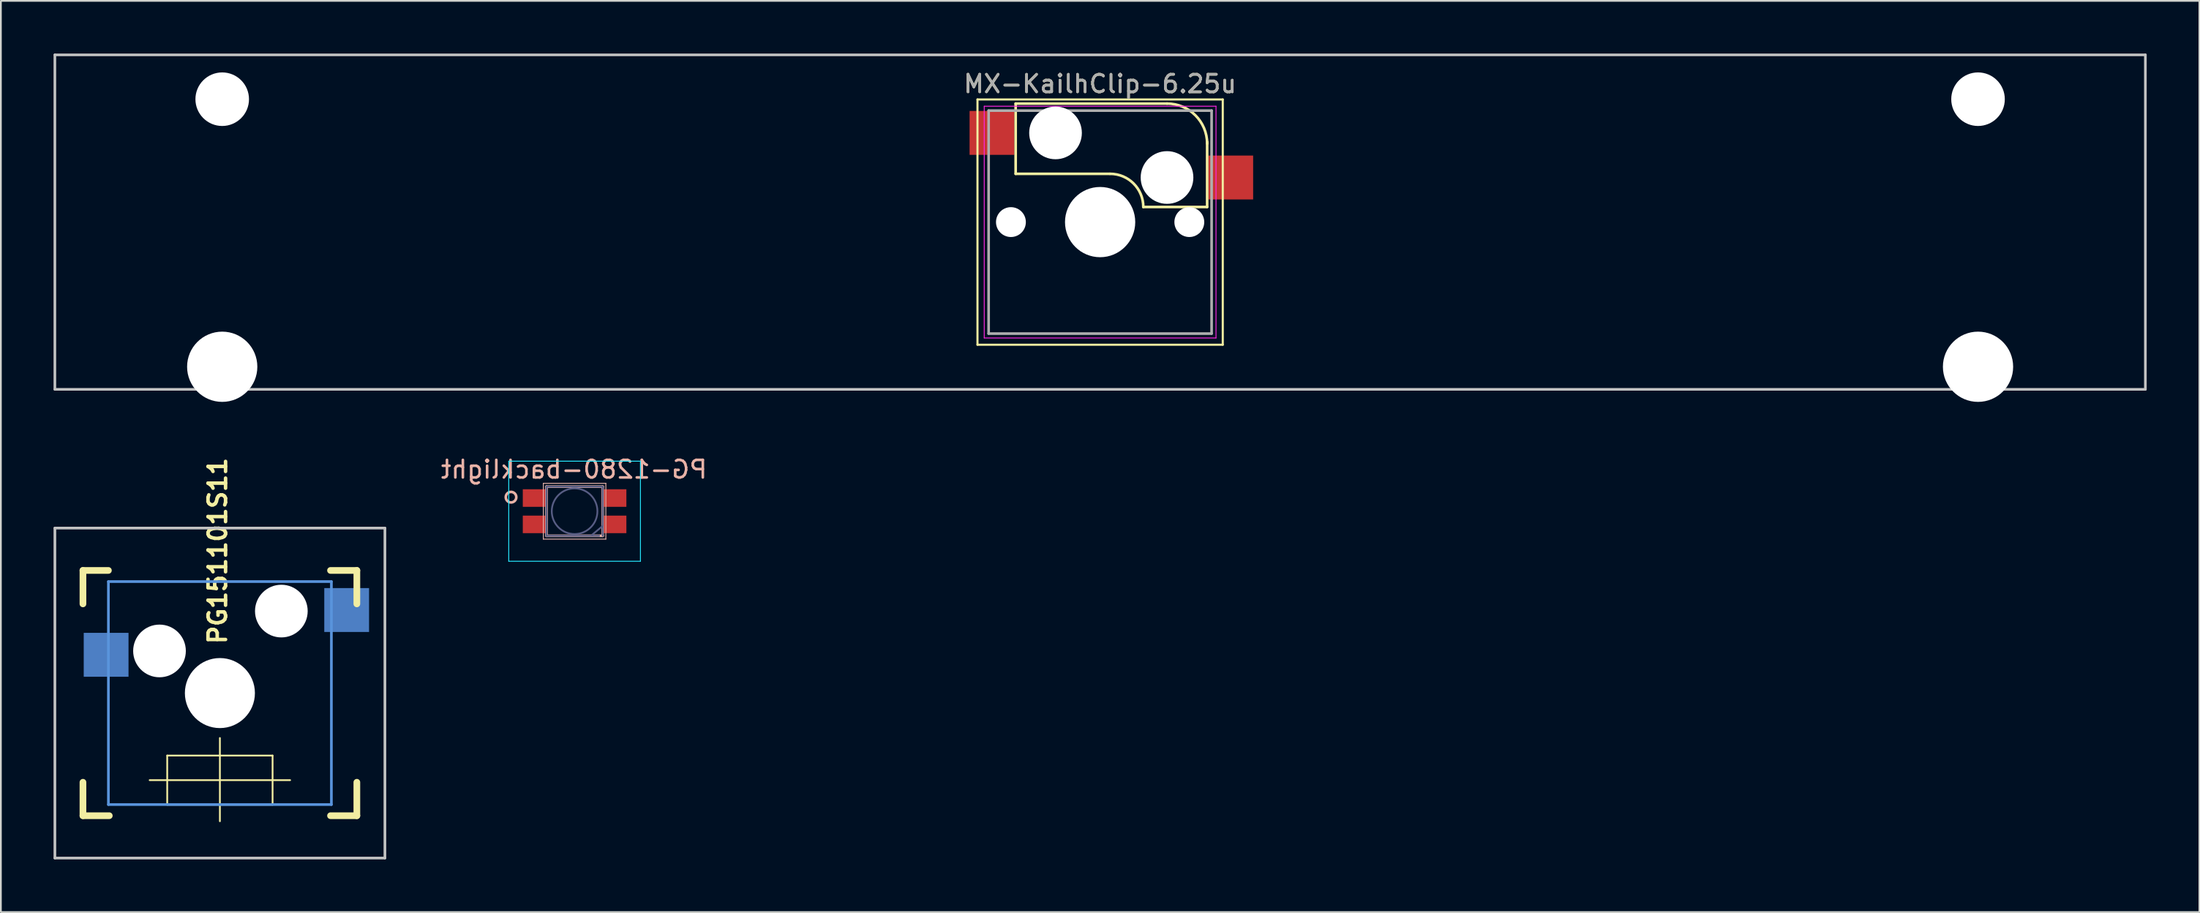
<source format=kicad_pcb>
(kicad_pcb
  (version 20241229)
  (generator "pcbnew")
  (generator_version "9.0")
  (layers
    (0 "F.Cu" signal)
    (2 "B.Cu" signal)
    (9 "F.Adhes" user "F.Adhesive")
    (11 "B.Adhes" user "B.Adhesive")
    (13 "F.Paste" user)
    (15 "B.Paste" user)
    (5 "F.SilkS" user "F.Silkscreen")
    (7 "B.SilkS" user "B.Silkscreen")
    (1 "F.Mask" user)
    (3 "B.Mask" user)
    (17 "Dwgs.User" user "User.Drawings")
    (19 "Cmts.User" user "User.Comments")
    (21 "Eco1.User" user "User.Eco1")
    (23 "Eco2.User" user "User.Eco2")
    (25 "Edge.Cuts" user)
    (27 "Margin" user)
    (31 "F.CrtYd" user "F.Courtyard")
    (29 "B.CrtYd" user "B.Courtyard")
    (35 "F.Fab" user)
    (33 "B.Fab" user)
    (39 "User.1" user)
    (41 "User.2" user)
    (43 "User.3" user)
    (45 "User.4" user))
  (footprint "PG151101S11"
    (layer "F.Cu")
    (at 9.474 36.426)
    (property "Reference" "PG151101S11" (at -0.13 -8.1 270) (layer "F.SilkS") (effects (font (size 1 1) (thickness 0.2))))
    (attr through_hole)
    (fp_line (start -7.8 -6.985) (end -6.35 -6.985) (stroke (width 0.381) (type solid)) (layer "F.SilkS"))
    (fp_line (start -7.8 -5.08) (end -7.8 -6.985) (stroke (width 0.381) (type solid)) (layer "F.SilkS"))
    (fp_line (start -7.8 6.985) (end -7.8 5.08) (stroke (width 0.381) (type solid)) (layer "F.SilkS"))
    (fp_line (start -6.3 6.985) (end -7.8 6.985) (stroke (width 0.381) (type solid)) (layer "F.SilkS"))
    (fp_line (start -4 4.96) (end 4 4.96) (stroke (width 0.1) (type solid)) (layer "F.SilkS"))
    (fp_line (start -3 3.56) (end -3 6.36) (stroke (width 0.1) (type solid)) (layer "F.SilkS"))
    (fp_line (start -3 3.56) (end 3 3.56) (stroke (width 0.1) (type solid)) (layer "F.SilkS"))
    (fp_line (start 0 2.56) (end 0 7.3) (stroke (width 0.1) (type solid)) (layer "F.SilkS"))
    (fp_line (start 3 3.56) (end 3 6.36) (stroke (width 0.1) (type solid)) (layer "F.SilkS"))
    (fp_line (start 3 6.36) (end -3 6.36) (stroke (width 0.1) (type solid)) (layer "F.SilkS"))
    (fp_line (start 6.3 -6.985) (end 7.8 -6.985) (stroke (width 0.381) (type solid)) (layer "F.SilkS"))
    (fp_line (start 7.8 -6.985) (end 7.8 -5.08) (stroke (width 0.381) (type solid)) (layer "F.SilkS"))
    (fp_line (start 7.8 5.08) (end 7.8 6.985) (stroke (width 0.381) (type solid)) (layer "F.SilkS"))
    (fp_line (start 7.8 6.985) (end 6.3 6.985) (stroke (width 0.381) (type solid)) (layer "F.SilkS"))
    (fp_line (start -9.398 -9.398) (end 9.398 -9.398) (stroke (width 0.152) (type solid)) (layer "Dwgs.User"))
    (fp_line (start -9.398 9.398) (end -9.398 -9.398) (stroke (width 0.152) (type solid)) (layer "Dwgs.User"))
    (fp_line (start 9.398 -9.398) (end 9.398 9.398) (stroke (width 0.152) (type solid)) (layer "Dwgs.User"))
    (fp_line (start 9.398 9.398) (end -9.398 9.398) (stroke (width 0.152) (type solid)) (layer "Dwgs.User"))
    (fp_line (start -6.35 -6.35) (end 6.35 -6.35) (stroke (width 0.152) (type solid)) (layer "Cmts.User"))
    (fp_line (start -6.35 6.35) (end -6.35 -6.35) (stroke (width 0.152) (type solid)) (layer "Cmts.User"))
    (fp_line (start 6.35 -6.35) (end 6.35 6.35) (stroke (width 0.152) (type solid)) (layer "Cmts.User"))
    (fp_line (start 6.35 6.35) (end -6.35 6.35) (stroke (width 0.152) (type solid)) (layer "Cmts.User"))
    (fp_line (start -7.8 -6.985) (end 7.8 -6.985) (stroke (width 0.152) (type solid)) (layer "Eco2.User"))
    (fp_line (start -7.8 6.985) (end -7.8 -6.985) (stroke (width 0.152) (type solid)) (layer "Eco2.User"))
    (fp_line (start 7.8 -6.985) (end 7.8 6.985) (stroke (width 0.152) (type solid)) (layer "Eco2.User"))
    (fp_line (start 7.8 6.985) (end -7.8 6.985) (stroke (width 0.152) (type solid)) (layer "Eco2.User"))
    (pad "" np_thru_hole circle (at -3.44 -2.4) (size 3 3) (drill 3) (layers "*.Cu" "*.Mask"))
    (pad "" np_thru_hole circle (at 0 0) (size 3.988 3.988) (drill 3.988) (layers "*.Cu" "*.Mask"))
    (pad "" np_thru_hole circle (at 3.5 -4.67) (size 3 3) (drill 3) (layers "*.Cu" "*.Mask"))
    (pad "1" smd rect (at -6.48 -2.18) (size 2.55 2.5) (layers "B.Cu" "B.Mask" "B.Paste"))
    (pad "2" smd rect (at 7.22 -4.73) (size 2.55 2.5) (layers "B.Cu" "B.Mask" "B.Paste")))
  (footprint "PG-1280-backlight"
    (layer "F.Cu")
    (at 29.675 26.068)
    (property "Reference" "PG-1280-backlight" (at -0.03 -2.38 0) (layer "B.SilkS") (effects (font (size 1 1) (thickness 0.15)) (justify mirror)))
    (attr smd)
    (fp_line (start -1.78 -1.59) (end -1.78 1.59) (stroke (width 0.05) (type solid)) (layer "B.SilkS"))
    (fp_line (start -1.78 -1.59) (end 1.78 -1.59) (stroke (width 0.05) (type solid)) (layer "B.SilkS"))
    (fp_line (start -1.6 -1.4) (end 1.6 -1.4) (stroke (width 0.15) (type solid)) (layer "B.SilkS"))
    (fp_line (start -1.6 1.4) (end -1.6 -1.4) (stroke (width 0.15) (type solid)) (layer "B.SilkS"))
    (fp_line (start 1.6 -1.4) (end 1.6 1.4) (stroke (width 0.15) (type solid)) (layer "B.SilkS"))
    (fp_line (start 1.6 1.4) (end -1.6 1.4) (stroke (width 0.15) (type solid)) (layer "B.SilkS"))
    (fp_line (start 1.78 -1.59) (end 1.78 1.59) (stroke (width 0.05) (type solid)) (layer "B.SilkS"))
    (fp_line (start 1.78 1.59) (end -1.78 1.59) (stroke (width 0.05) (type solid)) (layer "B.SilkS"))
    (fp_circle (center -3.62 -0.8) (end -3.92 -0.8) (stroke (width 0.15) (type solid)) (fill no) (layer "B.SilkS"))
    (fp_line (start -3.75 -2.85) (end -3.75 2.85) (stroke (width 0.05) (type solid)) (layer "B.CrtYd"))
    (fp_line (start -3.75 2.85) (end 3.75 2.85) (stroke (width 0.05) (type solid)) (layer "B.CrtYd"))
    (fp_line (start 3.75 -2.85) (end -3.75 -2.85) (stroke (width 0.05) (type solid)) (layer "B.CrtYd"))
    (fp_line (start 3.75 2.85) (end 3.75 -2.85) (stroke (width 0.05) (type solid)) (layer "B.CrtYd"))
    (fp_line (start -1.6 -1.4) (end -1.6 1.4) (stroke (width 0.1) (type solid)) (layer "B.Fab"))
    (fp_line (start -1.6 1.4) (end 1.4 1.4) (stroke (width 0.1) (type solid)) (layer "B.Fab"))
    (fp_line (start 1 1.34) (end 1.6 0.84) (stroke (width 0.1) (type solid)) (layer "B.Fab"))
    (fp_line (start 1.6 -1.4) (end -1.6 -1.4) (stroke (width 0.1) (type solid)) (layer "B.Fab"))
    (fp_line (start 1.6 1.4) (end 1.6 -1.4) (stroke (width 0.1) (type solid)) (layer "B.Fab"))
    (fp_circle (center 0 0) (end 0 -1.3) (stroke (width 0.1) (type solid)) (fill no) (layer "B.Fab"))
    (pad "1" smd rect (at -2.3 -0.75) (size 1.3 1) (layers "F.Cu" "F.Mask" "F.Paste"))
    (pad "2" smd rect (at -2.3 0.75) (size 1.3 1) (layers "F.Cu" "F.Mask" "F.Paste"))
    (pad "3" smd rect (at 2.3 -0.75) (size 1.3 1) (layers "F.Cu" "F.Mask" "F.Paste"))
    (pad "4" smd rect (at 2.3 0.75) (size 1.3 1) (layers "F.Cu" "F.Mask" "F.Paste")))
  (footprint "MX-KailhClip-6.25u"
    (layer "F.Cu")
    (at 59.606 9.6)
    (property "Reference" "MX-KailhClip-6.25u" (at 0 -7.874 0) (layer "F.SilkS") (effects (font (size 1 1) (thickness 0.15))))
    (attr through_hole)
    (fp_line (start -6.985 -6.985) (end 6.985 -6.985) (stroke (width 0.12) (type solid)) (layer "F.SilkS"))
    (fp_line (start -6.985 6.985) (end -6.985 -6.985) (stroke (width 0.12) (type solid)) (layer "F.SilkS"))
    (fp_line (start -4.81 -6.75) (end -4.81 -2.75) (stroke (width 0.15) (type solid)) (layer "F.SilkS"))
    (fp_line (start -4.81 -6.75) (end 3.81 -6.75) (stroke (width 0.15) (type solid)) (layer "F.SilkS"))
    (fp_line (start -4.81 -2.75) (end 0.55 -2.75) (stroke (width 0.15) (type solid)) (layer "F.SilkS"))
    (fp_line (start 6.088 -0.86) (end 2.46 -0.86) (stroke (width 0.15) (type solid)) (layer "F.SilkS"))
    (fp_line (start 6.096 -4.572) (end 6.096 -0.86) (stroke (width 0.15) (type solid)) (layer "F.SilkS"))
    (fp_line (start 6.985 -6.985) (end 6.985 6.985) (stroke (width 0.12) (type solid)) (layer "F.SilkS"))
    (fp_line (start 6.985 6.985) (end -6.985 6.985) (stroke (width 0.12) (type solid)) (layer "F.SilkS"))
    (fp_arc (start 0.57 -2.75) (mid 1.906432 -2.196432) (end 2.46 -0.86) (stroke (width 0.15) (type solid)) (layer "F.SilkS"))
    (fp_arc (start 3.81 -6.751) (mid 5.426446 -6.081446) (end 6.096 -4.465) (stroke (width 0.15) (type solid)) (layer "F.SilkS"))
    (fp_line (start -59.531 -9.525) (end 59.531 -9.525) (stroke (width 0.15) (type solid)) (layer "Dwgs.User"))
    (fp_line (start -59.531 9.525) (end -59.531 -9.525) (stroke (width 0.15) (type solid)) (layer "Dwgs.User"))
    (fp_line (start 59.531 -9.525) (end 59.531 9.525) (stroke (width 0.15) (type solid)) (layer "Dwgs.User"))
    (fp_line (start 59.531 9.525) (end -59.531 9.525) (stroke (width 0.15) (type solid)) (layer "Dwgs.User"))
    (fp_line (start -6.6 -6.6) (end 6.6 -6.6) (stroke (width 0.05) (type solid)) (layer "F.CrtYd"))
    (fp_line (start -6.6 6.6) (end -6.6 -6.6) (stroke (width 0.05) (type solid)) (layer "F.CrtYd"))
    (fp_line (start 6.6 -6.6) (end 6.6 6.6) (stroke (width 0.05) (type solid)) (layer "F.CrtYd"))
    (fp_line (start 6.6 6.6) (end -6.6 6.6) (stroke (width 0.05) (type solid)) (layer "F.CrtYd"))
    (fp_line (start -6.35 -6.35) (end 6.35 -6.35) (stroke (width 0.15) (type solid)) (layer "F.Fab"))
    (fp_line (start -6.35 6.35) (end -6.35 -6.35) (stroke (width 0.15) (type solid)) (layer "F.Fab"))
    (fp_line (start 6.35 -6.35) (end 6.35 6.35) (stroke (width 0.15) (type solid)) (layer "F.Fab"))
    (fp_line (start 6.35 6.35) (end -6.35 6.35) (stroke (width 0.15) (type solid)) (layer "F.Fab"))
    (fp_text user "${REFERENCE}" (at 0 -7.874 0) (layer "F.Fab") (effects (font (size 1 1) (thickness 0.15))))
    (pad "" np_thru_hole circle (at -50 -7) (size 3.05 3.05) (drill 3.05) (layers "*.Cu" "*.Mask"))
    (pad "" np_thru_hole circle (at -50 8.24) (size 4 4) (drill 4) (layers "*.Cu" "*.Mask"))
    (pad "" np_thru_hole circle (at -5.08 0) (size 1.7 1.7) (drill 1.7) (layers "*.Cu" "*.Mask"))
    (pad "" np_thru_hole circle (at -2.54 -5.08) (size 3 3) (drill 3) (layers "*.Cu" "*.Mask"))
    (pad "" np_thru_hole circle (at 0 0) (size 4 4) (drill 4) (layers "*.Cu" "*.Mask"))
    (pad "" np_thru_hole circle (at 3.81 -2.54) (size 3 3) (drill 3) (layers "*.Cu" "*.Mask"))
    (pad "" np_thru_hole circle (at 5.08 0) (size 1.7 1.7) (drill 1.7) (layers "*.Cu" "*.Mask"))
    (pad "" np_thru_hole circle (at 50 -7) (size 3.05 3.05) (drill 3.05) (layers "*.Cu" "*.Mask"))
    (pad "" np_thru_hole circle (at 50 8.24) (size 4 4) (drill 4) (layers "*.Cu" "*.Mask"))
    (pad "1" smd rect (at -6.16 -5.08) (size 2.55 2.5) (layers "F.Cu" "F.Mask" "F.Paste"))
    (pad "2" smd rect (at 7.44 -2.54) (size 2.55 2.5) (layers "F.Cu" "F.Mask" "F.Paste")))
  (gr_rect
    (start -3 -3)
    (end 122.213 48.9)
    (stroke (width 0.1) (type default))
    (fill no)
    (layer "Edge.Cuts")))
</source>
